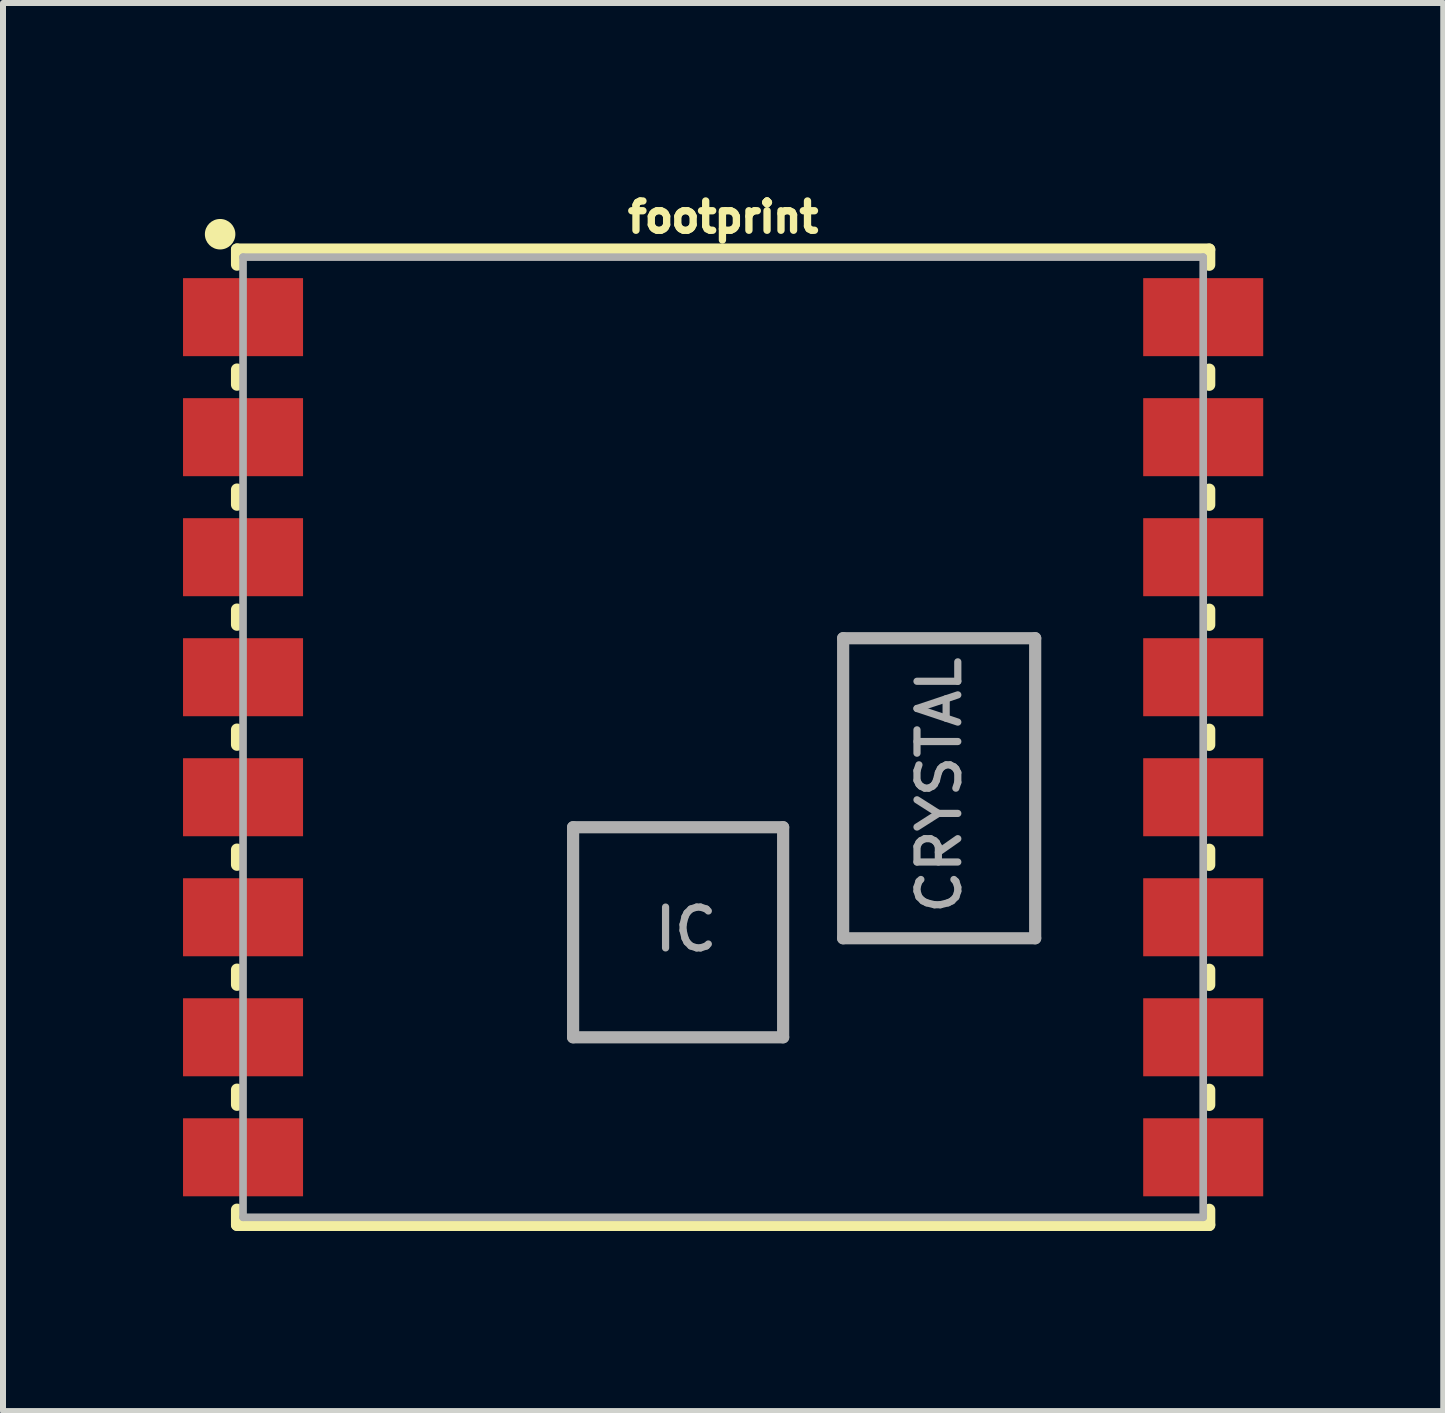
<source format=kicad_pcb>
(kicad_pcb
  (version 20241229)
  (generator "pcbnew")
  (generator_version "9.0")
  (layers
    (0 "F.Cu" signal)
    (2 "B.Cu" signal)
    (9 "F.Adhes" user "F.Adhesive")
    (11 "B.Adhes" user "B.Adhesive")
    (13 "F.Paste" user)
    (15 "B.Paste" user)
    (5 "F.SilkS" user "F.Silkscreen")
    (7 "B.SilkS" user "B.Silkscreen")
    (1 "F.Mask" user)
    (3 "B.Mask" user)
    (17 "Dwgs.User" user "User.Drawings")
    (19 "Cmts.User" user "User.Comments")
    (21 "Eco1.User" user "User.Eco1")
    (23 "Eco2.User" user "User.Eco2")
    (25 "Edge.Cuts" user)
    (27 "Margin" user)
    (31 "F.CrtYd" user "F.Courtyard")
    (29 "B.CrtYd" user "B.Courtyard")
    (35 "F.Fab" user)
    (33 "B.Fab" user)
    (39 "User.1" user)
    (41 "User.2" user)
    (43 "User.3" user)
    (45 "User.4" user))
  (footprint "footprint"
    (layer "F.Cu")
    (at 9 9.235)
    (property "Reference" "footprint" (at 0 -8.382 0) (layer "F.SilkS") (effects (font (size 0.488 0.488) (thickness 0.122)) (justify bottom)))
    (fp_line (start -8.1 -8.127) (end -8.1 -7.875) (stroke (width 0.203) (type solid)) (layer "F.SilkS"))
    (fp_line (start -8.1 -8.127) (end 8.1 -8.127) (stroke (width 0.203) (type solid)) (layer "F.SilkS"))
    (fp_line (start -8.1 -6.127) (end -8.1 -5.875) (stroke (width 0.203) (type solid)) (layer "F.SilkS"))
    (fp_line (start -8.1 -4.127) (end -8.1 -3.875) (stroke (width 0.203) (type solid)) (layer "F.SilkS"))
    (fp_line (start -8.1 -2.127) (end -8.1 -1.875) (stroke (width 0.203) (type solid)) (layer "F.SilkS"))
    (fp_line (start -8.1 -0.127) (end -8.1 0.125) (stroke (width 0.203) (type solid)) (layer "F.SilkS"))
    (fp_line (start -8.1 1.873) (end -8.1 2.125) (stroke (width 0.203) (type solid)) (layer "F.SilkS"))
    (fp_line (start -8.1 3.873) (end -8.1 4.125) (stroke (width 0.203) (type solid)) (layer "F.SilkS"))
    (fp_line (start -8.1 5.873) (end -8.1 6.125) (stroke (width 0.203) (type solid)) (layer "F.SilkS"))
    (fp_line (start -8.1 7.873) (end -8.1 8.125) (stroke (width 0.203) (type solid)) (layer "F.SilkS"))
    (fp_line (start 8.1 -7.873) (end 8.1 -8.125) (stroke (width 0.203) (type solid)) (layer "F.SilkS"))
    (fp_line (start 8.1 -5.873) (end 8.1 -6.125) (stroke (width 0.203) (type solid)) (layer "F.SilkS"))
    (fp_line (start 8.1 -3.873) (end 8.1 -4.125) (stroke (width 0.203) (type solid)) (layer "F.SilkS"))
    (fp_line (start 8.1 -1.873) (end 8.1 -2.125) (stroke (width 0.203) (type solid)) (layer "F.SilkS"))
    (fp_line (start 8.1 0.127) (end 8.1 -0.125) (stroke (width 0.203) (type solid)) (layer "F.SilkS"))
    (fp_line (start 8.1 2.127) (end 8.1 1.875) (stroke (width 0.203) (type solid)) (layer "F.SilkS"))
    (fp_line (start 8.1 4.127) (end 8.1 3.875) (stroke (width 0.203) (type solid)) (layer "F.SilkS"))
    (fp_line (start 8.1 6.127) (end 8.1 5.875) (stroke (width 0.203) (type solid)) (layer "F.SilkS"))
    (fp_line (start 8.1 8.127) (end -8.1 8.127) (stroke (width 0.203) (type solid)) (layer "F.SilkS"))
    (fp_line (start 8.1 8.127) (end 8.1 7.875) (stroke (width 0.203) (type solid)) (layer "F.SilkS"))
    (fp_circle (center -8.382 -8.382) (end -8.255 -8.382) (stroke (width 0.254) (type solid)) (fill yes) (layer "F.SilkS"))
    (fp_line (start -8 -8) (end -8 8) (stroke (width 0.127) (type solid)) (layer "F.Fab"))
    (fp_line (start -8 -8) (end 8 -8) (stroke (width 0.127) (type solid)) (layer "F.Fab"))
    (fp_line (start -2.5 1.5) (end 1 1.5) (stroke (width 0.203) (type solid)) (layer "F.Fab"))
    (fp_line (start -2.5 5) (end -2.5 1.5) (stroke (width 0.203) (type solid)) (layer "F.Fab"))
    (fp_line (start 1 1.5) (end 1 5) (stroke (width 0.203) (type solid)) (layer "F.Fab"))
    (fp_line (start 1 5) (end -2.5 5) (stroke (width 0.203) (type solid)) (layer "F.Fab"))
    (fp_line (start 2 -1.65) (end 2 3.35) (stroke (width 0.203) (type solid)) (layer "F.Fab"))
    (fp_line (start 2 -1.65) (end 5.2 -1.65) (stroke (width 0.203) (type solid)) (layer "F.Fab"))
    (fp_line (start 2 3.35) (end 5.2 3.35) (stroke (width 0.203) (type solid)) (layer "F.Fab"))
    (fp_line (start 5.2 -1.65) (end 5.2 3.35) (stroke (width 0.203) (type solid)) (layer "F.Fab"))
    (fp_line (start 8 8) (end -8 8) (stroke (width 0.127) (type solid)) (layer "F.Fab"))
    (fp_line (start 8 8) (end 8 -8) (stroke (width 0.127) (type solid)) (layer "F.Fab"))
    (fp_text user "IC" (at -1.2 3.6 0) (layer "F.Fab") (effects (font (size 0.68 0.68) (thickness 0.12)) (justify left bottom)))
    (fp_text user "CRYSTAL" (at 4 3 90) (layer "F.Fab") (effects (font (size 0.68 0.68) (thickness 0.12)) (justify left bottom)))
    (pad "1" smd rect (at -8 -7 90) (size 1.3 2) (layers "F.Cu" "F.Mask" "F.Paste"))
    (pad "2" smd rect (at -8 -5 90) (size 1.3 2) (layers "F.Cu" "F.Mask" "F.Paste"))
    (pad "3" smd rect (at -8 -3 90) (size 1.3 2) (layers "F.Cu" "F.Mask" "F.Paste"))
    (pad "4" smd rect (at -8 -1 90) (size 1.3 2) (layers "F.Cu" "F.Mask" "F.Paste"))
    (pad "5" smd rect (at -8 1 90) (size 1.3 2) (layers "F.Cu" "F.Mask" "F.Paste"))
    (pad "6" smd rect (at -8 3 90) (size 1.3 2) (layers "F.Cu" "F.Mask" "F.Paste"))
    (pad "7" smd rect (at -8 5 90) (size 1.3 2) (layers "F.Cu" "F.Mask" "F.Paste"))
    (pad "8" smd rect (at -8 7 90) (size 1.3 2) (layers "F.Cu" "F.Mask" "F.Paste"))
    (pad "9" smd rect (at 8 7 90) (size 1.3 2) (layers "F.Cu" "F.Mask" "F.Paste"))
    (pad "10" smd rect (at 8 5 90) (size 1.3 2) (layers "F.Cu" "F.Mask" "F.Paste"))
    (pad "11" smd rect (at 8 3 90) (size 1.3 2) (layers "F.Cu" "F.Mask" "F.Paste"))
    (pad "12" smd rect (at 8 1 90) (size 1.3 2) (layers "F.Cu" "F.Mask" "F.Paste"))
    (pad "13" smd rect (at 8 -1 90) (size 1.3 2) (layers "F.Cu" "F.Mask" "F.Paste"))
    (pad "14" smd rect (at 8 -3 90) (size 1.3 2) (layers "F.Cu" "F.Mask" "F.Paste"))
    (pad "15" smd rect (at 8 -5 90) (size 1.3 2) (layers "F.Cu" "F.Mask" "F.Paste"))
    (pad "16" smd rect (at 8 -7 90) (size 1.3 2) (layers "F.Cu" "F.Mask" "F.Paste")))
  (gr_rect
    (start -3 -3)
    (end 21 20.464)
    (stroke (width 0.1) (type default))
    (fill no)
    (layer "Edge.Cuts")))
</source>
